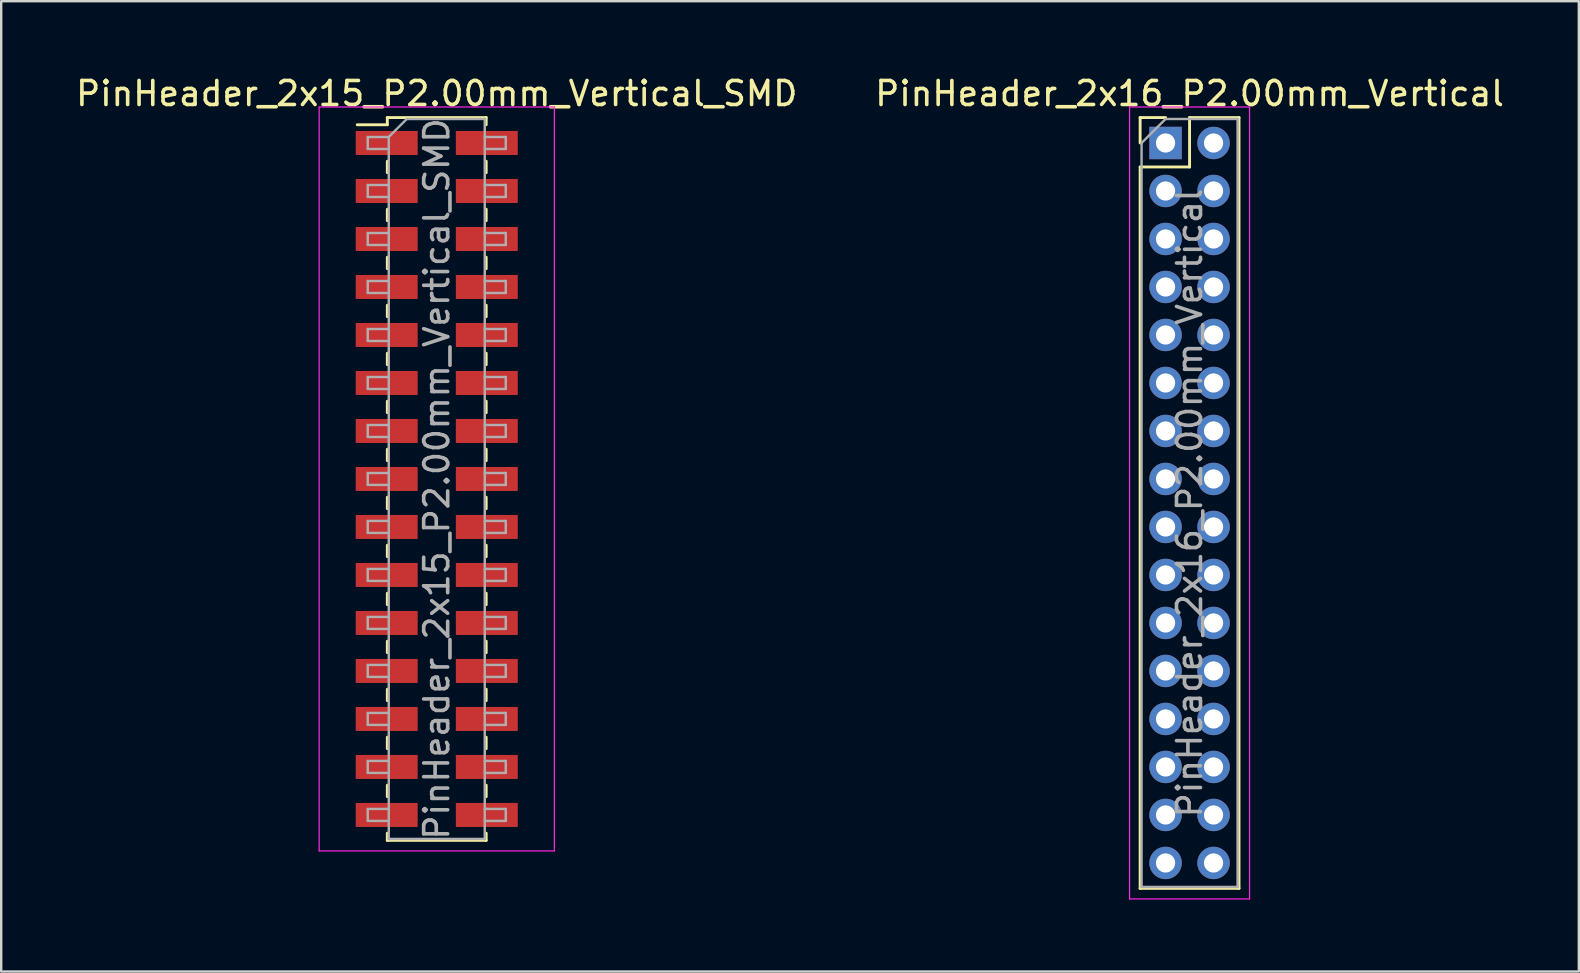
<source format=kicad_pcb>
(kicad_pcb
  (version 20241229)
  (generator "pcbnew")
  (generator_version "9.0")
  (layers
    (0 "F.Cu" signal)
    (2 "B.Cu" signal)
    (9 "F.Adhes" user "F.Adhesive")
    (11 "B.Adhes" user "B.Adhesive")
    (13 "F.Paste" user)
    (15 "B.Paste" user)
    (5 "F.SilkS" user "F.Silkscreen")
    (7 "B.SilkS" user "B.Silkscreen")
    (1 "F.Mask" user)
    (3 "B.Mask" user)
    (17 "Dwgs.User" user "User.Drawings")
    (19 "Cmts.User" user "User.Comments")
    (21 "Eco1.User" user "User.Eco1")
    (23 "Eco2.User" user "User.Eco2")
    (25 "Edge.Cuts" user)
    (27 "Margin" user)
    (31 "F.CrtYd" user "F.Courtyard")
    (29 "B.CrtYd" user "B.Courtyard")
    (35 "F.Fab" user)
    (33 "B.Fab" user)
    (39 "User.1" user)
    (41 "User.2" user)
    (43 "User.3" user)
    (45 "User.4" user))
  (footprint "PinHeader_2x15_P2.00mm_Vertical_SMD"
    (layer "F.Cu")
    (at 15.149 16.908)
    (property "Reference" "PinHeader_2x15_P2.00mm_Vertical_SMD" (at 0 -16.06 0) (layer "F.SilkS") (effects (font (size 1 1) (thickness 0.15))))
    (attr smd)
    (fp_line (start -3.315 -14.76) (end -2.06 -14.76) (stroke (width 0.12) (type solid)) (layer "F.SilkS"))
    (fp_line (start -2.06 -15.06) (end -2.06 -14.76) (stroke (width 0.12) (type solid)) (layer "F.SilkS"))
    (fp_line (start -2.06 -15.06) (end 2.06 -15.06) (stroke (width 0.12) (type solid)) (layer "F.SilkS"))
    (fp_line (start -2.06 -13.24) (end -2.06 -12.76) (stroke (width 0.12) (type solid)) (layer "F.SilkS"))
    (fp_line (start -2.06 -11.24) (end -2.06 -10.76) (stroke (width 0.12) (type solid)) (layer "F.SilkS"))
    (fp_line (start -2.06 -9.24) (end -2.06 -8.76) (stroke (width 0.12) (type solid)) (layer "F.SilkS"))
    (fp_line (start -2.06 -7.24) (end -2.06 -6.76) (stroke (width 0.12) (type solid)) (layer "F.SilkS"))
    (fp_line (start -2.06 -5.24) (end -2.06 -4.76) (stroke (width 0.12) (type solid)) (layer "F.SilkS"))
    (fp_line (start -2.06 -3.24) (end -2.06 -2.76) (stroke (width 0.12) (type solid)) (layer "F.SilkS"))
    (fp_line (start -2.06 -1.24) (end -2.06 -0.76) (stroke (width 0.12) (type solid)) (layer "F.SilkS"))
    (fp_line (start -2.06 0.76) (end -2.06 1.24) (stroke (width 0.12) (type solid)) (layer "F.SilkS"))
    (fp_line (start -2.06 2.76) (end -2.06 3.24) (stroke (width 0.12) (type solid)) (layer "F.SilkS"))
    (fp_line (start -2.06 4.76) (end -2.06 5.24) (stroke (width 0.12) (type solid)) (layer "F.SilkS"))
    (fp_line (start -2.06 6.76) (end -2.06 7.24) (stroke (width 0.12) (type solid)) (layer "F.SilkS"))
    (fp_line (start -2.06 8.76) (end -2.06 9.24) (stroke (width 0.12) (type solid)) (layer "F.SilkS"))
    (fp_line (start -2.06 10.76) (end -2.06 11.24) (stroke (width 0.12) (type solid)) (layer "F.SilkS"))
    (fp_line (start -2.06 12.76) (end -2.06 13.24) (stroke (width 0.12) (type solid)) (layer "F.SilkS"))
    (fp_line (start -2.06 14.76) (end -2.06 15.06) (stroke (width 0.12) (type solid)) (layer "F.SilkS"))
    (fp_line (start -2.06 15.06) (end 2.06 15.06) (stroke (width 0.12) (type solid)) (layer "F.SilkS"))
    (fp_line (start 2.06 -15.06) (end 2.06 -14.76) (stroke (width 0.12) (type solid)) (layer "F.SilkS"))
    (fp_line (start 2.06 -13.24) (end 2.06 -12.76) (stroke (width 0.12) (type solid)) (layer "F.SilkS"))
    (fp_line (start 2.06 -11.24) (end 2.06 -10.76) (stroke (width 0.12) (type solid)) (layer "F.SilkS"))
    (fp_line (start 2.06 -9.24) (end 2.06 -8.76) (stroke (width 0.12) (type solid)) (layer "F.SilkS"))
    (fp_line (start 2.06 -7.24) (end 2.06 -6.76) (stroke (width 0.12) (type solid)) (layer "F.SilkS"))
    (fp_line (start 2.06 -5.24) (end 2.06 -4.76) (stroke (width 0.12) (type solid)) (layer "F.SilkS"))
    (fp_line (start 2.06 -3.24) (end 2.06 -2.76) (stroke (width 0.12) (type solid)) (layer "F.SilkS"))
    (fp_line (start 2.06 -1.24) (end 2.06 -0.76) (stroke (width 0.12) (type solid)) (layer "F.SilkS"))
    (fp_line (start 2.06 0.76) (end 2.06 1.24) (stroke (width 0.12) (type solid)) (layer "F.SilkS"))
    (fp_line (start 2.06 2.76) (end 2.06 3.24) (stroke (width 0.12) (type solid)) (layer "F.SilkS"))
    (fp_line (start 2.06 4.76) (end 2.06 5.24) (stroke (width 0.12) (type solid)) (layer "F.SilkS"))
    (fp_line (start 2.06 6.76) (end 2.06 7.24) (stroke (width 0.12) (type solid)) (layer "F.SilkS"))
    (fp_line (start 2.06 8.76) (end 2.06 9.24) (stroke (width 0.12) (type solid)) (layer "F.SilkS"))
    (fp_line (start 2.06 10.76) (end 2.06 11.24) (stroke (width 0.12) (type solid)) (layer "F.SilkS"))
    (fp_line (start 2.06 12.76) (end 2.06 13.24) (stroke (width 0.12) (type solid)) (layer "F.SilkS"))
    (fp_line (start 2.06 14.76) (end 2.06 15.06) (stroke (width 0.12) (type solid)) (layer "F.SilkS"))
    (fp_line (start -4.9 -15.5) (end -4.9 15.5) (stroke (width 0.05) (type solid)) (layer "F.CrtYd"))
    (fp_line (start -4.9 15.5) (end 4.9 15.5) (stroke (width 0.05) (type solid)) (layer "F.CrtYd"))
    (fp_line (start 4.9 -15.5) (end -4.9 -15.5) (stroke (width 0.05) (type solid)) (layer "F.CrtYd"))
    (fp_line (start 4.9 15.5) (end 4.9 -15.5) (stroke (width 0.05) (type solid)) (layer "F.CrtYd"))
    (fp_line (start -2.875 -14.25) (end -2.875 -13.75) (stroke (width 0.1) (type solid)) (layer "F.Fab"))
    (fp_line (start -2.875 -13.75) (end -2 -13.75) (stroke (width 0.1) (type solid)) (layer "F.Fab"))
    (fp_line (start -2.875 -12.25) (end -2.875 -11.75) (stroke (width 0.1) (type solid)) (layer "F.Fab"))
    (fp_line (start -2.875 -11.75) (end -2 -11.75) (stroke (width 0.1) (type solid)) (layer "F.Fab"))
    (fp_line (start -2.875 -10.25) (end -2.875 -9.75) (stroke (width 0.1) (type solid)) (layer "F.Fab"))
    (fp_line (start -2.875 -9.75) (end -2 -9.75) (stroke (width 0.1) (type solid)) (layer "F.Fab"))
    (fp_line (start -2.875 -8.25) (end -2.875 -7.75) (stroke (width 0.1) (type solid)) (layer "F.Fab"))
    (fp_line (start -2.875 -7.75) (end -2 -7.75) (stroke (width 0.1) (type solid)) (layer "F.Fab"))
    (fp_line (start -2.875 -6.25) (end -2.875 -5.75) (stroke (width 0.1) (type solid)) (layer "F.Fab"))
    (fp_line (start -2.875 -5.75) (end -2 -5.75) (stroke (width 0.1) (type solid)) (layer "F.Fab"))
    (fp_line (start -2.875 -4.25) (end -2.875 -3.75) (stroke (width 0.1) (type solid)) (layer "F.Fab"))
    (fp_line (start -2.875 -3.75) (end -2 -3.75) (stroke (width 0.1) (type solid)) (layer "F.Fab"))
    (fp_line (start -2.875 -2.25) (end -2.875 -1.75) (stroke (width 0.1) (type solid)) (layer "F.Fab"))
    (fp_line (start -2.875 -1.75) (end -2 -1.75) (stroke (width 0.1) (type solid)) (layer "F.Fab"))
    (fp_line (start -2.875 -0.25) (end -2.875 0.25) (stroke (width 0.1) (type solid)) (layer "F.Fab"))
    (fp_line (start -2.875 0.25) (end -2 0.25) (stroke (width 0.1) (type solid)) (layer "F.Fab"))
    (fp_line (start -2.875 1.75) (end -2.875 2.25) (stroke (width 0.1) (type solid)) (layer "F.Fab"))
    (fp_line (start -2.875 2.25) (end -2 2.25) (stroke (width 0.1) (type solid)) (layer "F.Fab"))
    (fp_line (start -2.875 3.75) (end -2.875 4.25) (stroke (width 0.1) (type solid)) (layer "F.Fab"))
    (fp_line (start -2.875 4.25) (end -2 4.25) (stroke (width 0.1) (type solid)) (layer "F.Fab"))
    (fp_line (start -2.875 5.75) (end -2.875 6.25) (stroke (width 0.1) (type solid)) (layer "F.Fab"))
    (fp_line (start -2.875 6.25) (end -2 6.25) (stroke (width 0.1) (type solid)) (layer "F.Fab"))
    (fp_line (start -2.875 7.75) (end -2.875 8.25) (stroke (width 0.1) (type solid)) (layer "F.Fab"))
    (fp_line (start -2.875 8.25) (end -2 8.25) (stroke (width 0.1) (type solid)) (layer "F.Fab"))
    (fp_line (start -2.875 9.75) (end -2.875 10.25) (stroke (width 0.1) (type solid)) (layer "F.Fab"))
    (fp_line (start -2.875 10.25) (end -2 10.25) (stroke (width 0.1) (type solid)) (layer "F.Fab"))
    (fp_line (start -2.875 11.75) (end -2.875 12.25) (stroke (width 0.1) (type solid)) (layer "F.Fab"))
    (fp_line (start -2.875 12.25) (end -2 12.25) (stroke (width 0.1) (type solid)) (layer "F.Fab"))
    (fp_line (start -2.875 13.75) (end -2.875 14.25) (stroke (width 0.1) (type solid)) (layer "F.Fab"))
    (fp_line (start -2.875 14.25) (end -2 14.25) (stroke (width 0.1) (type solid)) (layer "F.Fab"))
    (fp_line (start -2 -14.25) (end -2.875 -14.25) (stroke (width 0.1) (type solid)) (layer "F.Fab"))
    (fp_line (start -2 -14.25) (end -1.25 -15) (stroke (width 0.1) (type solid)) (layer "F.Fab"))
    (fp_line (start -2 -12.25) (end -2.875 -12.25) (stroke (width 0.1) (type solid)) (layer "F.Fab"))
    (fp_line (start -2 -10.25) (end -2.875 -10.25) (stroke (width 0.1) (type solid)) (layer "F.Fab"))
    (fp_line (start -2 -8.25) (end -2.875 -8.25) (stroke (width 0.1) (type solid)) (layer "F.Fab"))
    (fp_line (start -2 -6.25) (end -2.875 -6.25) (stroke (width 0.1) (type solid)) (layer "F.Fab"))
    (fp_line (start -2 -4.25) (end -2.875 -4.25) (stroke (width 0.1) (type solid)) (layer "F.Fab"))
    (fp_line (start -2 -2.25) (end -2.875 -2.25) (stroke (width 0.1) (type solid)) (layer "F.Fab"))
    (fp_line (start -2 -0.25) (end -2.875 -0.25) (stroke (width 0.1) (type solid)) (layer "F.Fab"))
    (fp_line (start -2 1.75) (end -2.875 1.75) (stroke (width 0.1) (type solid)) (layer "F.Fab"))
    (fp_line (start -2 3.75) (end -2.875 3.75) (stroke (width 0.1) (type solid)) (layer "F.Fab"))
    (fp_line (start -2 5.75) (end -2.875 5.75) (stroke (width 0.1) (type solid)) (layer "F.Fab"))
    (fp_line (start -2 7.75) (end -2.875 7.75) (stroke (width 0.1) (type solid)) (layer "F.Fab"))
    (fp_line (start -2 9.75) (end -2.875 9.75) (stroke (width 0.1) (type solid)) (layer "F.Fab"))
    (fp_line (start -2 11.75) (end -2.875 11.75) (stroke (width 0.1) (type solid)) (layer "F.Fab"))
    (fp_line (start -2 13.75) (end -2.875 13.75) (stroke (width 0.1) (type solid)) (layer "F.Fab"))
    (fp_line (start -2 15) (end -2 -14.25) (stroke (width 0.1) (type solid)) (layer "F.Fab"))
    (fp_line (start -1.25 -15) (end 2 -15) (stroke (width 0.1) (type solid)) (layer "F.Fab"))
    (fp_line (start 2 -15) (end 2 15) (stroke (width 0.1) (type solid)) (layer "F.Fab"))
    (fp_line (start 2 -14.25) (end 2.875 -14.25) (stroke (width 0.1) (type solid)) (layer "F.Fab"))
    (fp_line (start 2 -12.25) (end 2.875 -12.25) (stroke (width 0.1) (type solid)) (layer "F.Fab"))
    (fp_line (start 2 -10.25) (end 2.875 -10.25) (stroke (width 0.1) (type solid)) (layer "F.Fab"))
    (fp_line (start 2 -8.25) (end 2.875 -8.25) (stroke (width 0.1) (type solid)) (layer "F.Fab"))
    (fp_line (start 2 -6.25) (end 2.875 -6.25) (stroke (width 0.1) (type solid)) (layer "F.Fab"))
    (fp_line (start 2 -4.25) (end 2.875 -4.25) (stroke (width 0.1) (type solid)) (layer "F.Fab"))
    (fp_line (start 2 -2.25) (end 2.875 -2.25) (stroke (width 0.1) (type solid)) (layer "F.Fab"))
    (fp_line (start 2 -0.25) (end 2.875 -0.25) (stroke (width 0.1) (type solid)) (layer "F.Fab"))
    (fp_line (start 2 1.75) (end 2.875 1.75) (stroke (width 0.1) (type solid)) (layer "F.Fab"))
    (fp_line (start 2 3.75) (end 2.875 3.75) (stroke (width 0.1) (type solid)) (layer "F.Fab"))
    (fp_line (start 2 5.75) (end 2.875 5.75) (stroke (width 0.1) (type solid)) (layer "F.Fab"))
    (fp_line (start 2 7.75) (end 2.875 7.75) (stroke (width 0.1) (type solid)) (layer "F.Fab"))
    (fp_line (start 2 9.75) (end 2.875 9.75) (stroke (width 0.1) (type solid)) (layer "F.Fab"))
    (fp_line (start 2 11.75) (end 2.875 11.75) (stroke (width 0.1) (type solid)) (layer "F.Fab"))
    (fp_line (start 2 13.75) (end 2.875 13.75) (stroke (width 0.1) (type solid)) (layer "F.Fab"))
    (fp_line (start 2 15) (end -2 15) (stroke (width 0.1) (type solid)) (layer "F.Fab"))
    (fp_line (start 2.875 -14.25) (end 2.875 -13.75) (stroke (width 0.1) (type solid)) (layer "F.Fab"))
    (fp_line (start 2.875 -13.75) (end 2 -13.75) (stroke (width 0.1) (type solid)) (layer "F.Fab"))
    (fp_line (start 2.875 -12.25) (end 2.875 -11.75) (stroke (width 0.1) (type solid)) (layer "F.Fab"))
    (fp_line (start 2.875 -11.75) (end 2 -11.75) (stroke (width 0.1) (type solid)) (layer "F.Fab"))
    (fp_line (start 2.875 -10.25) (end 2.875 -9.75) (stroke (width 0.1) (type solid)) (layer "F.Fab"))
    (fp_line (start 2.875 -9.75) (end 2 -9.75) (stroke (width 0.1) (type solid)) (layer "F.Fab"))
    (fp_line (start 2.875 -8.25) (end 2.875 -7.75) (stroke (width 0.1) (type solid)) (layer "F.Fab"))
    (fp_line (start 2.875 -7.75) (end 2 -7.75) (stroke (width 0.1) (type solid)) (layer "F.Fab"))
    (fp_line (start 2.875 -6.25) (end 2.875 -5.75) (stroke (width 0.1) (type solid)) (layer "F.Fab"))
    (fp_line (start 2.875 -5.75) (end 2 -5.75) (stroke (width 0.1) (type solid)) (layer "F.Fab"))
    (fp_line (start 2.875 -4.25) (end 2.875 -3.75) (stroke (width 0.1) (type solid)) (layer "F.Fab"))
    (fp_line (start 2.875 -3.75) (end 2 -3.75) (stroke (width 0.1) (type solid)) (layer "F.Fab"))
    (fp_line (start 2.875 -2.25) (end 2.875 -1.75) (stroke (width 0.1) (type solid)) (layer "F.Fab"))
    (fp_line (start 2.875 -1.75) (end 2 -1.75) (stroke (width 0.1) (type solid)) (layer "F.Fab"))
    (fp_line (start 2.875 -0.25) (end 2.875 0.25) (stroke (width 0.1) (type solid)) (layer "F.Fab"))
    (fp_line (start 2.875 0.25) (end 2 0.25) (stroke (width 0.1) (type solid)) (layer "F.Fab"))
    (fp_line (start 2.875 1.75) (end 2.875 2.25) (stroke (width 0.1) (type solid)) (layer "F.Fab"))
    (fp_line (start 2.875 2.25) (end 2 2.25) (stroke (width 0.1) (type solid)) (layer "F.Fab"))
    (fp_line (start 2.875 3.75) (end 2.875 4.25) (stroke (width 0.1) (type solid)) (layer "F.Fab"))
    (fp_line (start 2.875 4.25) (end 2 4.25) (stroke (width 0.1) (type solid)) (layer "F.Fab"))
    (fp_line (start 2.875 5.75) (end 2.875 6.25) (stroke (width 0.1) (type solid)) (layer "F.Fab"))
    (fp_line (start 2.875 6.25) (end 2 6.25) (stroke (width 0.1) (type solid)) (layer "F.Fab"))
    (fp_line (start 2.875 7.75) (end 2.875 8.25) (stroke (width 0.1) (type solid)) (layer "F.Fab"))
    (fp_line (start 2.875 8.25) (end 2 8.25) (stroke (width 0.1) (type solid)) (layer "F.Fab"))
    (fp_line (start 2.875 9.75) (end 2.875 10.25) (stroke (width 0.1) (type solid)) (layer "F.Fab"))
    (fp_line (start 2.875 10.25) (end 2 10.25) (stroke (width 0.1) (type solid)) (layer "F.Fab"))
    (fp_line (start 2.875 11.75) (end 2.875 12.25) (stroke (width 0.1) (type solid)) (layer "F.Fab"))
    (fp_line (start 2.875 12.25) (end 2 12.25) (stroke (width 0.1) (type solid)) (layer "F.Fab"))
    (fp_line (start 2.875 13.75) (end 2.875 14.25) (stroke (width 0.1) (type solid)) (layer "F.Fab"))
    (fp_line (start 2.875 14.25) (end 2 14.25) (stroke (width 0.1) (type solid)) (layer "F.Fab"))
    (fp_text user "${REFERENCE}" (at 0 0 90) (layer "F.Fab") (effects (font (size 1 1) (thickness 0.15))))
    (pad "1" smd rect (at -2.085 -14) (size 2.58 1) (layers "F.Cu" "F.Mask" "F.Paste"))
    (pad "2" smd rect (at 2.085 -14) (size 2.58 1) (layers "F.Cu" "F.Mask" "F.Paste"))
    (pad "3" smd rect (at -2.085 -12) (size 2.58 1) (layers "F.Cu" "F.Mask" "F.Paste"))
    (pad "4" smd rect (at 2.085 -12) (size 2.58 1) (layers "F.Cu" "F.Mask" "F.Paste"))
    (pad "5" smd rect (at -2.085 -10) (size 2.58 1) (layers "F.Cu" "F.Mask" "F.Paste"))
    (pad "6" smd rect (at 2.085 -10) (size 2.58 1) (layers "F.Cu" "F.Mask" "F.Paste"))
    (pad "7" smd rect (at -2.085 -8) (size 2.58 1) (layers "F.Cu" "F.Mask" "F.Paste"))
    (pad "8" smd rect (at 2.085 -8) (size 2.58 1) (layers "F.Cu" "F.Mask" "F.Paste"))
    (pad "9" smd rect (at -2.085 -6) (size 2.58 1) (layers "F.Cu" "F.Mask" "F.Paste"))
    (pad "10" smd rect (at 2.085 -6) (size 2.58 1) (layers "F.Cu" "F.Mask" "F.Paste"))
    (pad "11" smd rect (at -2.085 -4) (size 2.58 1) (layers "F.Cu" "F.Mask" "F.Paste"))
    (pad "12" smd rect (at 2.085 -4) (size 2.58 1) (layers "F.Cu" "F.Mask" "F.Paste"))
    (pad "13" smd rect (at -2.085 -2) (size 2.58 1) (layers "F.Cu" "F.Mask" "F.Paste"))
    (pad "14" smd rect (at 2.085 -2) (size 2.58 1) (layers "F.Cu" "F.Mask" "F.Paste"))
    (pad "15" smd rect (at -2.085 0) (size 2.58 1) (layers "F.Cu" "F.Mask" "F.Paste"))
    (pad "16" smd rect (at 2.085 0) (size 2.58 1) (layers "F.Cu" "F.Mask" "F.Paste"))
    (pad "17" smd rect (at -2.085 2) (size 2.58 1) (layers "F.Cu" "F.Mask" "F.Paste"))
    (pad "18" smd rect (at 2.085 2) (size 2.58 1) (layers "F.Cu" "F.Mask" "F.Paste"))
    (pad "19" smd rect (at -2.085 4) (size 2.58 1) (layers "F.Cu" "F.Mask" "F.Paste"))
    (pad "20" smd rect (at 2.085 4) (size 2.58 1) (layers "F.Cu" "F.Mask" "F.Paste"))
    (pad "21" smd rect (at -2.085 6) (size 2.58 1) (layers "F.Cu" "F.Mask" "F.Paste"))
    (pad "22" smd rect (at 2.085 6) (size 2.58 1) (layers "F.Cu" "F.Mask" "F.Paste"))
    (pad "23" smd rect (at -2.085 8) (size 2.58 1) (layers "F.Cu" "F.Mask" "F.Paste"))
    (pad "24" smd rect (at 2.085 8) (size 2.58 1) (layers "F.Cu" "F.Mask" "F.Paste"))
    (pad "25" smd rect (at -2.085 10) (size 2.58 1) (layers "F.Cu" "F.Mask" "F.Paste"))
    (pad "26" smd rect (at 2.085 10) (size 2.58 1) (layers "F.Cu" "F.Mask" "F.Paste"))
    (pad "27" smd rect (at -2.085 12) (size 2.58 1) (layers "F.Cu" "F.Mask" "F.Paste"))
    (pad "28" smd rect (at 2.085 12) (size 2.58 1) (layers "F.Cu" "F.Mask" "F.Paste"))
    (pad "29" smd rect (at -2.085 14) (size 2.58 1) (layers "F.Cu" "F.Mask" "F.Paste"))
    (pad "30" smd rect (at 2.085 14) (size 2.58 1) (layers "F.Cu" "F.Mask" "F.Paste")))
  (footprint "PinHeader_2x16_P2.00mm_Vertical"
    (layer "F.Cu")
    (at 45.518 2.908)
    (property "Reference" "PinHeader_2x16_P2.00mm_Vertical" (at 1 -2.06 0) (layer "F.SilkS") (effects (font (size 1 1) (thickness 0.15))))
    (attr through_hole)
    (fp_line (start -1.06 -1.06) (end 0 -1.06) (stroke (width 0.12) (type solid)) (layer "F.SilkS"))
    (fp_line (start -1.06 0) (end -1.06 -1.06) (stroke (width 0.12) (type solid)) (layer "F.SilkS"))
    (fp_line (start -1.06 1) (end -1.06 31.06) (stroke (width 0.12) (type solid)) (layer "F.SilkS"))
    (fp_line (start -1.06 1) (end 1 1) (stroke (width 0.12) (type solid)) (layer "F.SilkS"))
    (fp_line (start -1.06 31.06) (end 3.06 31.06) (stroke (width 0.12) (type solid)) (layer "F.SilkS"))
    (fp_line (start 1 -1.06) (end 3.06 -1.06) (stroke (width 0.12) (type solid)) (layer "F.SilkS"))
    (fp_line (start 1 1) (end 1 -1.06) (stroke (width 0.12) (type solid)) (layer "F.SilkS"))
    (fp_line (start 3.06 -1.06) (end 3.06 31.06) (stroke (width 0.12) (type solid)) (layer "F.SilkS"))
    (fp_line (start -1.5 -1.5) (end -1.5 31.5) (stroke (width 0.05) (type solid)) (layer "F.CrtYd"))
    (fp_line (start -1.5 31.5) (end 3.5 31.5) (stroke (width 0.05) (type solid)) (layer "F.CrtYd"))
    (fp_line (start 3.5 -1.5) (end -1.5 -1.5) (stroke (width 0.05) (type solid)) (layer "F.CrtYd"))
    (fp_line (start 3.5 31.5) (end 3.5 -1.5) (stroke (width 0.05) (type solid)) (layer "F.CrtYd"))
    (fp_line (start -1 0) (end 0 -1) (stroke (width 0.1) (type solid)) (layer "F.Fab"))
    (fp_line (start -1 31) (end -1 0) (stroke (width 0.1) (type solid)) (layer "F.Fab"))
    (fp_line (start 0 -1) (end 3 -1) (stroke (width 0.1) (type solid)) (layer "F.Fab"))
    (fp_line (start 3 -1) (end 3 31) (stroke (width 0.1) (type solid)) (layer "F.Fab"))
    (fp_line (start 3 31) (end -1 31) (stroke (width 0.1) (type solid)) (layer "F.Fab"))
    (fp_text user "${REFERENCE}" (at 1 15 90) (layer "F.Fab") (effects (font (size 1 1) (thickness 0.15))))
    (pad "1" thru_hole rect (at 0 0) (size 1.35 1.35) (drill 0.8) (layers "*.Cu" "*.Mask"))
    (pad "2" thru_hole oval (at 2 0) (size 1.35 1.35) (drill 0.8) (layers "*.Cu" "*.Mask"))
    (pad "3" thru_hole oval (at 0 2) (size 1.35 1.35) (drill 0.8) (layers "*.Cu" "*.Mask"))
    (pad "4" thru_hole oval (at 2 2) (size 1.35 1.35) (drill 0.8) (layers "*.Cu" "*.Mask"))
    (pad "5" thru_hole oval (at 0 4) (size 1.35 1.35) (drill 0.8) (layers "*.Cu" "*.Mask"))
    (pad "6" thru_hole oval (at 2 4) (size 1.35 1.35) (drill 0.8) (layers "*.Cu" "*.Mask"))
    (pad "7" thru_hole oval (at 0 6) (size 1.35 1.35) (drill 0.8) (layers "*.Cu" "*.Mask"))
    (pad "8" thru_hole oval (at 2 6) (size 1.35 1.35) (drill 0.8) (layers "*.Cu" "*.Mask"))
    (pad "9" thru_hole oval (at 0 8) (size 1.35 1.35) (drill 0.8) (layers "*.Cu" "*.Mask"))
    (pad "10" thru_hole oval (at 2 8) (size 1.35 1.35) (drill 0.8) (layers "*.Cu" "*.Mask"))
    (pad "11" thru_hole oval (at 0 10) (size 1.35 1.35) (drill 0.8) (layers "*.Cu" "*.Mask"))
    (pad "12" thru_hole oval (at 2 10) (size 1.35 1.35) (drill 0.8) (layers "*.Cu" "*.Mask"))
    (pad "13" thru_hole oval (at 0 12) (size 1.35 1.35) (drill 0.8) (layers "*.Cu" "*.Mask"))
    (pad "14" thru_hole oval (at 2 12) (size 1.35 1.35) (drill 0.8) (layers "*.Cu" "*.Mask"))
    (pad "15" thru_hole oval (at 0 14) (size 1.35 1.35) (drill 0.8) (layers "*.Cu" "*.Mask"))
    (pad "16" thru_hole oval (at 2 14) (size 1.35 1.35) (drill 0.8) (layers "*.Cu" "*.Mask"))
    (pad "17" thru_hole oval (at 0 16) (size 1.35 1.35) (drill 0.8) (layers "*.Cu" "*.Mask"))
    (pad "18" thru_hole oval (at 2 16) (size 1.35 1.35) (drill 0.8) (layers "*.Cu" "*.Mask"))
    (pad "19" thru_hole oval (at 0 18) (size 1.35 1.35) (drill 0.8) (layers "*.Cu" "*.Mask"))
    (pad "20" thru_hole oval (at 2 18) (size 1.35 1.35) (drill 0.8) (layers "*.Cu" "*.Mask"))
    (pad "21" thru_hole oval (at 0 20) (size 1.35 1.35) (drill 0.8) (layers "*.Cu" "*.Mask"))
    (pad "22" thru_hole oval (at 2 20) (size 1.35 1.35) (drill 0.8) (layers "*.Cu" "*.Mask"))
    (pad "23" thru_hole oval (at 0 22) (size 1.35 1.35) (drill 0.8) (layers "*.Cu" "*.Mask"))
    (pad "24" thru_hole oval (at 2 22) (size 1.35 1.35) (drill 0.8) (layers "*.Cu" "*.Mask"))
    (pad "25" thru_hole oval (at 0 24) (size 1.35 1.35) (drill 0.8) (layers "*.Cu" "*.Mask"))
    (pad "26" thru_hole oval (at 2 24) (size 1.35 1.35) (drill 0.8) (layers "*.Cu" "*.Mask"))
    (pad "27" thru_hole oval (at 0 26) (size 1.35 1.35) (drill 0.8) (layers "*.Cu" "*.Mask"))
    (pad "28" thru_hole oval (at 2 26) (size 1.35 1.35) (drill 0.8) (layers "*.Cu" "*.Mask"))
    (pad "29" thru_hole oval (at 0 28) (size 1.35 1.35) (drill 0.8) (layers "*.Cu" "*.Mask"))
    (pad "30" thru_hole oval (at 2 28) (size 1.35 1.35) (drill 0.8) (layers "*.Cu" "*.Mask"))
    (pad "31" thru_hole oval (at 0 30) (size 1.35 1.35) (drill 0.8) (layers "*.Cu" "*.Mask"))
    (pad "32" thru_hole oval (at 2 30) (size 1.35 1.35) (drill 0.8) (layers "*.Cu" "*.Mask")))
  (gr_rect
    (start -3 -3)
    (end 62.738 37.433)
    (stroke (width 0.1) (type default))
    (fill no)
    (layer "Edge.Cuts")))
</source>
